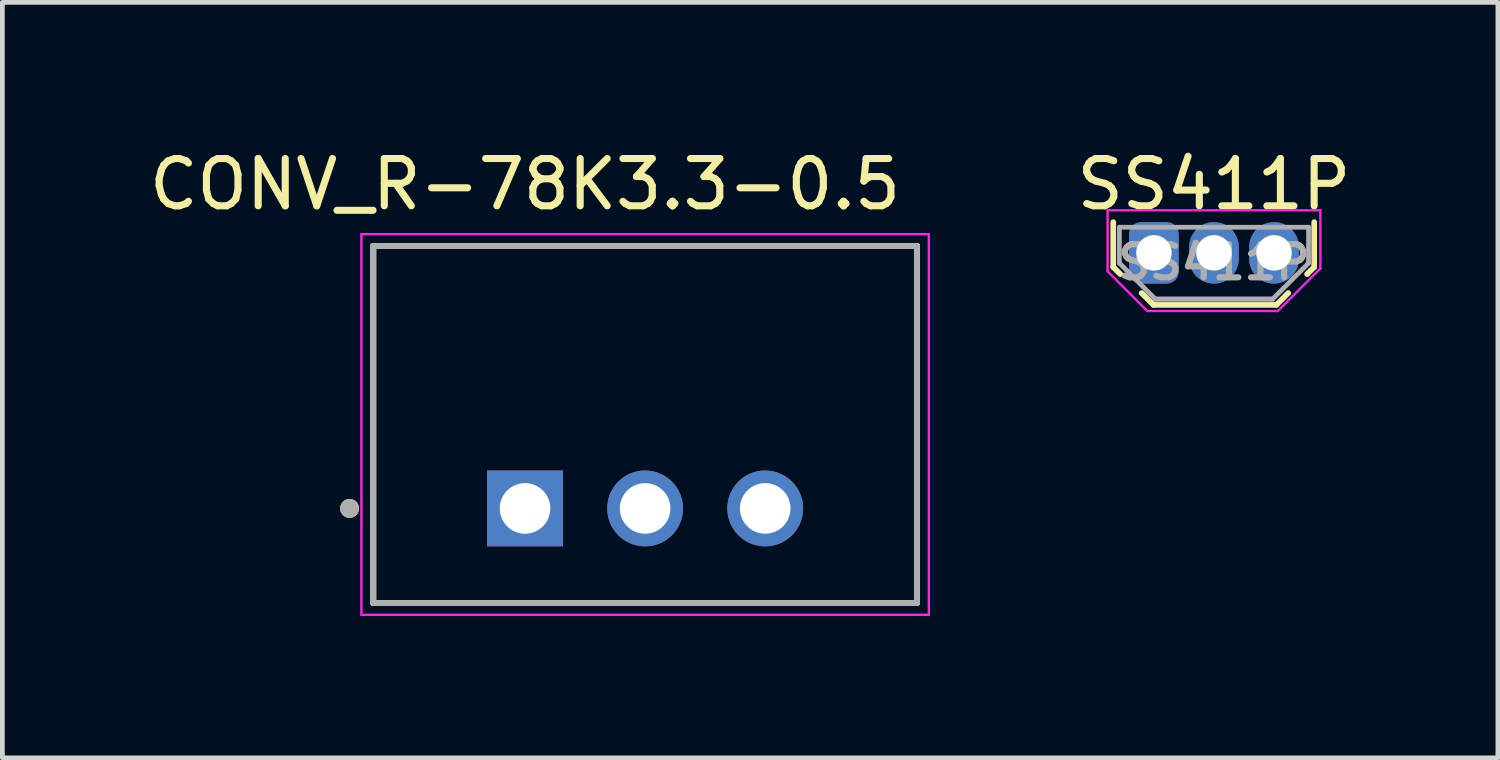
<source format=kicad_pcb>
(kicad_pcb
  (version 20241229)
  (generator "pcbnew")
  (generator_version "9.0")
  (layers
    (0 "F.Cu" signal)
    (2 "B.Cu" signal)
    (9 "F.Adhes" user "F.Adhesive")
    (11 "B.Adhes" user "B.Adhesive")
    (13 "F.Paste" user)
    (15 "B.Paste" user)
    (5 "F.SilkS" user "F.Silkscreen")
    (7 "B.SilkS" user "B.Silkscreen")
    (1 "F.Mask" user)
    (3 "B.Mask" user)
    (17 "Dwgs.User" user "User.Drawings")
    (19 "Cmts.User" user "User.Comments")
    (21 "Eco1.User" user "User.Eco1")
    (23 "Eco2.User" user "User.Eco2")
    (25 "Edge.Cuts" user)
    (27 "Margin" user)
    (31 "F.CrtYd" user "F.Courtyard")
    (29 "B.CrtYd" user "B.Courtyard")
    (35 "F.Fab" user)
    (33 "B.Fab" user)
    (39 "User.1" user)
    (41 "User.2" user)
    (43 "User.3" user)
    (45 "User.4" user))
  (footprint "SS411P"
    (layer "F.Cu")
    (at 21.355 2.298)
    (property "Reference" "SS411P" (at 1.27 -1.45 0) (layer "F.SilkS") (effects (font (size 1 1) (thickness 0.15))))
    (attr through_hole)
    (fp_line (start -0.86 0.3) (end -0.86 -0.65) (stroke (width 0.12) (type solid)) (layer "F.SilkS"))
    (fp_line (start -0.71 0.45) (end -0.86 0.3) (stroke (width 0.12) (type solid)) (layer "F.SilkS"))
    (fp_line (start -0.01 1.1) (end -0.26 0.85) (stroke (width 0.12) (type solid)) (layer "F.SilkS"))
    (fp_line (start -0.01 1.1) (end 2.59 1.1) (stroke (width 0.12) (type solid)) (layer "F.SilkS"))
    (fp_line (start 2.59 1.1) (end 2.84 0.85) (stroke (width 0.12) (type solid)) (layer "F.SilkS"))
    (fp_line (start 3.24 0.45) (end 3.39 0.3) (stroke (width 0.12) (type solid)) (layer "F.SilkS"))
    (fp_line (start 3.39 -0.65) (end 3.39 0.3) (stroke (width 0.12) (type solid)) (layer "F.SilkS"))
    (fp_line (start -0.98 -0.9) (end 3.52 -0.9) (stroke (width 0.05) (type solid)) (layer "F.CrtYd"))
    (fp_line (start -0.98 0.39) (end -0.98 -0.9) (stroke (width 0.05) (type solid)) (layer "F.CrtYd"))
    (fp_line (start -0.14 1.23) (end -0.98 0.39) (stroke (width 0.05) (type solid)) (layer "F.CrtYd"))
    (fp_line (start 2.62 1.23) (end -0.14 1.23) (stroke (width 0.05) (type solid)) (layer "F.CrtYd"))
    (fp_line (start 3.52 -0.9) (end 3.52 0.33) (stroke (width 0.05) (type solid)) (layer "F.CrtYd"))
    (fp_line (start 3.52 0.33) (end 2.62 1.23) (stroke (width 0.05) (type solid)) (layer "F.CrtYd"))
    (fp_line (start -0.73 -0.542) (end -0.73 0.217) (stroke (width 0.1) (type solid)) (layer "F.Fab"))
    (fp_line (start 0.03 0.978) (end -0.73 0.217) (stroke (width 0.1) (type solid)) (layer "F.Fab"))
    (fp_line (start 2.51 0.978) (end 0.03 0.978) (stroke (width 0.1) (type solid)) (layer "F.Fab"))
    (fp_line (start 2.51 0.978) (end 0.03 0.978) (stroke (width 0.1) (type solid)) (layer "F.Fab"))
    (fp_line (start 3.27 -0.542) (end -0.73 -0.542) (stroke (width 0.1) (type solid)) (layer "F.Fab"))
    (fp_line (start 3.27 -0.542) (end 3.27 0.217) (stroke (width 0.1) (type solid)) (layer "F.Fab"))
    (fp_line (start 3.27 0.217) (end 2.51 0.978) (stroke (width 0.1) (type solid)) (layer "F.Fab"))
    (fp_text user "${REFERENCE}" (at 1.27 0.2 0) (layer "F.Fab") (effects (font (size 0.7 0.7) (thickness 0.13))))
    (pad "1" thru_hole roundrect (at 0 0) (size 1.05 1.3) (drill 0.75) (layers "*.Cu" "*.Mask") (roundrect_rratio 0.238))
    (pad "2" thru_hole oval (at 1.27 0) (size 1.05 1.3) (drill 0.75) (layers "*.Cu" "*.Mask"))
    (pad "3" thru_hole oval (at 2.54 0) (size 1.05 1.3) (drill 0.75) (layers "*.Cu" "*.Mask")))
  (footprint "CONV_R-78K3.3-0.5"
    (layer "F.Cu")
    (at 10.594 5.928)
    (property "Reference" "CONV_R-78K3.3-0.5" (at -2.54 -5.08 0) (layer "F.SilkS") (effects (font (size 1 1) (thickness 0.15))))
    (attr through_hole)
    (fp_line (start -5.75 -3.775) (end 5.75 -3.775) (stroke (width 0.127) (type solid)) (layer "F.SilkS"))
    (fp_line (start -5.75 3.775) (end -5.75 -3.775) (stroke (width 0.127) (type solid)) (layer "F.SilkS"))
    (fp_line (start 5.75 -3.775) (end 5.75 3.775) (stroke (width 0.127) (type solid)) (layer "F.SilkS"))
    (fp_line (start 5.75 3.775) (end -5.75 3.775) (stroke (width 0.127) (type solid)) (layer "F.SilkS"))
    (fp_circle (center -6.25 1.775) (end -6.15 1.775) (stroke (width 0.2) (type solid)) (fill no) (layer "F.SilkS"))
    (fp_line (start -6 -4.025) (end -6 4.025) (stroke (width 0.05) (type solid)) (layer "F.CrtYd"))
    (fp_line (start -6 4.025) (end 6 4.025) (stroke (width 0.05) (type solid)) (layer "F.CrtYd"))
    (fp_line (start 6 -4.025) (end -6 -4.025) (stroke (width 0.05) (type solid)) (layer "F.CrtYd"))
    (fp_line (start 6 4.025) (end 6 -4.025) (stroke (width 0.05) (type solid)) (layer "F.CrtYd"))
    (fp_line (start -5.75 -3.775) (end 5.75 -3.775) (stroke (width 0.127) (type solid)) (layer "F.Fab"))
    (fp_line (start -5.75 3.775) (end -5.75 -3.775) (stroke (width 0.127) (type solid)) (layer "F.Fab"))
    (fp_line (start 5.75 -3.775) (end 5.75 3.775) (stroke (width 0.127) (type solid)) (layer "F.Fab"))
    (fp_line (start 5.75 3.775) (end -5.75 3.775) (stroke (width 0.127) (type solid)) (layer "F.Fab"))
    (fp_circle (center -6.25 1.775) (end -6.15 1.775) (stroke (width 0.2) (type solid)) (fill no) (layer "F.Fab"))
    (pad "1" thru_hole rect (at -2.54 1.775) (size 1.605 1.605) (drill 1.07) (layers "*.Cu" "*.Mask"))
    (pad "2" thru_hole circle (at 0 1.775) (size 1.605 1.605) (drill 1.07) (layers "*.Cu" "*.Mask"))
    (pad "3" thru_hole circle (at 2.54 1.775) (size 1.605 1.605) (drill 1.07) (layers "*.Cu" "*.Mask")))
  (gr_rect
    (start -3 -3)
    (end 28.63 12.978)
    (stroke (width 0.1) (type default))
    (fill no)
    (layer "Edge.Cuts")))
</source>
